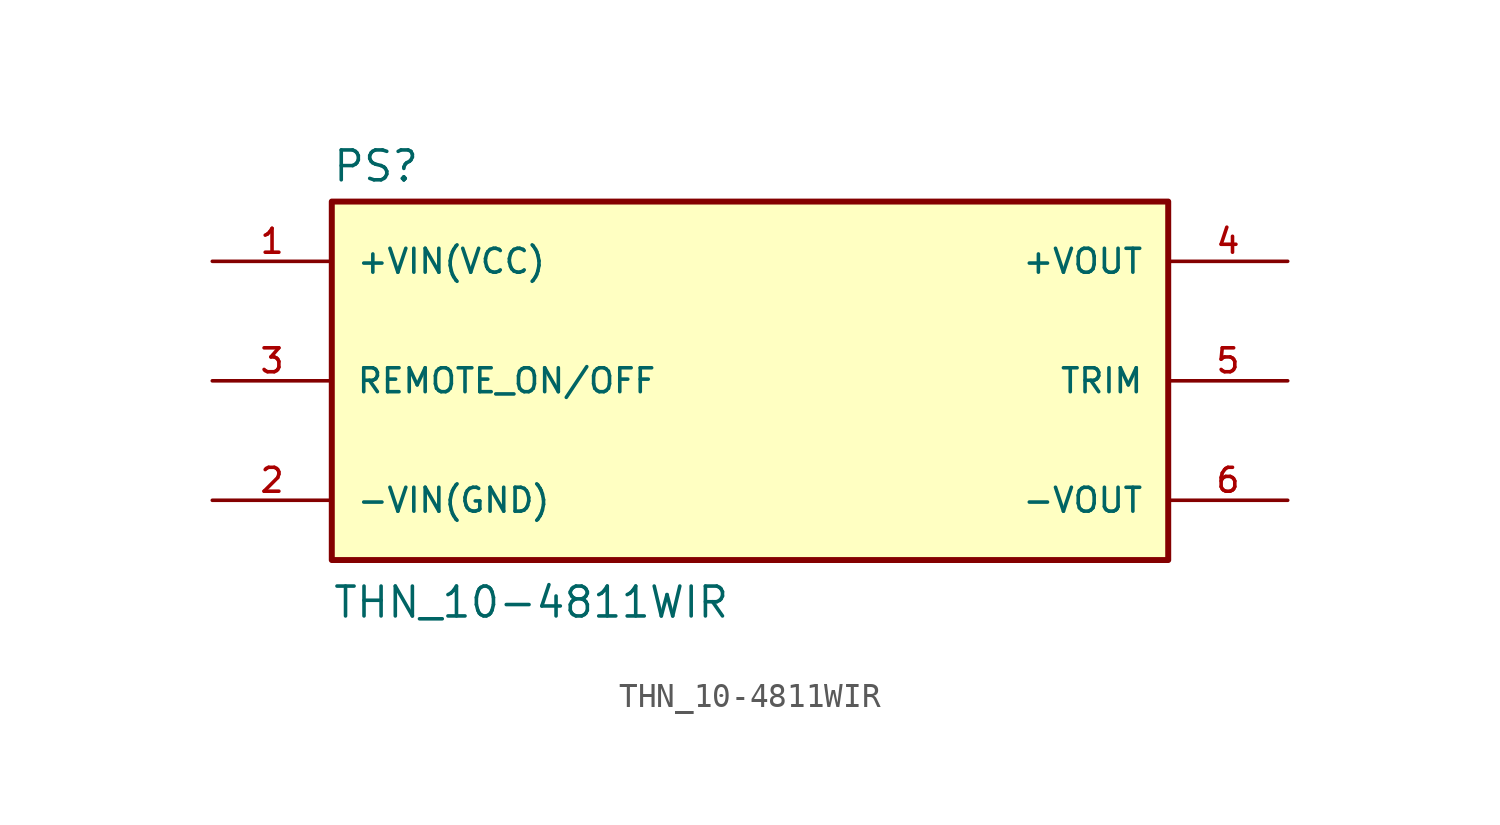
<source format=kicad_sym>
(kicad_symbol_lib
  (version 20211014)
  (generator kicad_symbol_editor)
  (symbol "THN_10-4811WIR"
    (pin_names
      (offset 1.016))
    (property "Reference" "PS"
      (at -17.78 8.382 0)
      (effects (font (size 1.27 1.27)) (justify bottom left)))
    (property "Value" "THN_10-4811WIR"
      (at -17.78 -10.16 0)
      (effects (font (size 1.27 1.27)) (justify bottom left)))
    (symbol "THN_10-4811WIR_0_0"
      (rectangle (start -17.78 -7.62) (end 17.78 7.62) (stroke (width 0.254)) (fill (type background)))
      (pin input line (at -22.86 -5.08 0) (length 5.08) (name "-VIN(GND)" (effects (font (size 1.016 1.016)))) (number "2" (effects (font (size 1.016 1.016)))))
      (pin output line (at 22.86 5.08 180.0) (length 5.08) (name "+VOUT" (effects (font (size 1.016 1.016)))) (number "4" (effects (font (size 1.016 1.016)))))
      (pin output line (at 22.86 -5.08 180.0) (length 5.08) (name "-VOUT" (effects (font (size 1.016 1.016)))) (number "6" (effects (font (size 1.016 1.016)))))
      (pin input line (at -22.86 5.08 0) (length 5.08) (name "+VIN(VCC)" (effects (font (size 1.016 1.016)))) (number "1" (effects (font (size 1.016 1.016)))))
      (pin input line (at -22.86 0.0 0) (length 5.08) (name "REMOTE_ON/OFF" (effects (font (size 1.016 1.016)))) (number "3" (effects (font (size 1.016 1.016)))))
      (pin passive line (at 22.86 0.0 180.0) (length 5.08) (name "TRIM" (effects (font (size 1.016 1.016)))) (number "5" (effects (font (size 1.016 1.016))))))))
</source>
